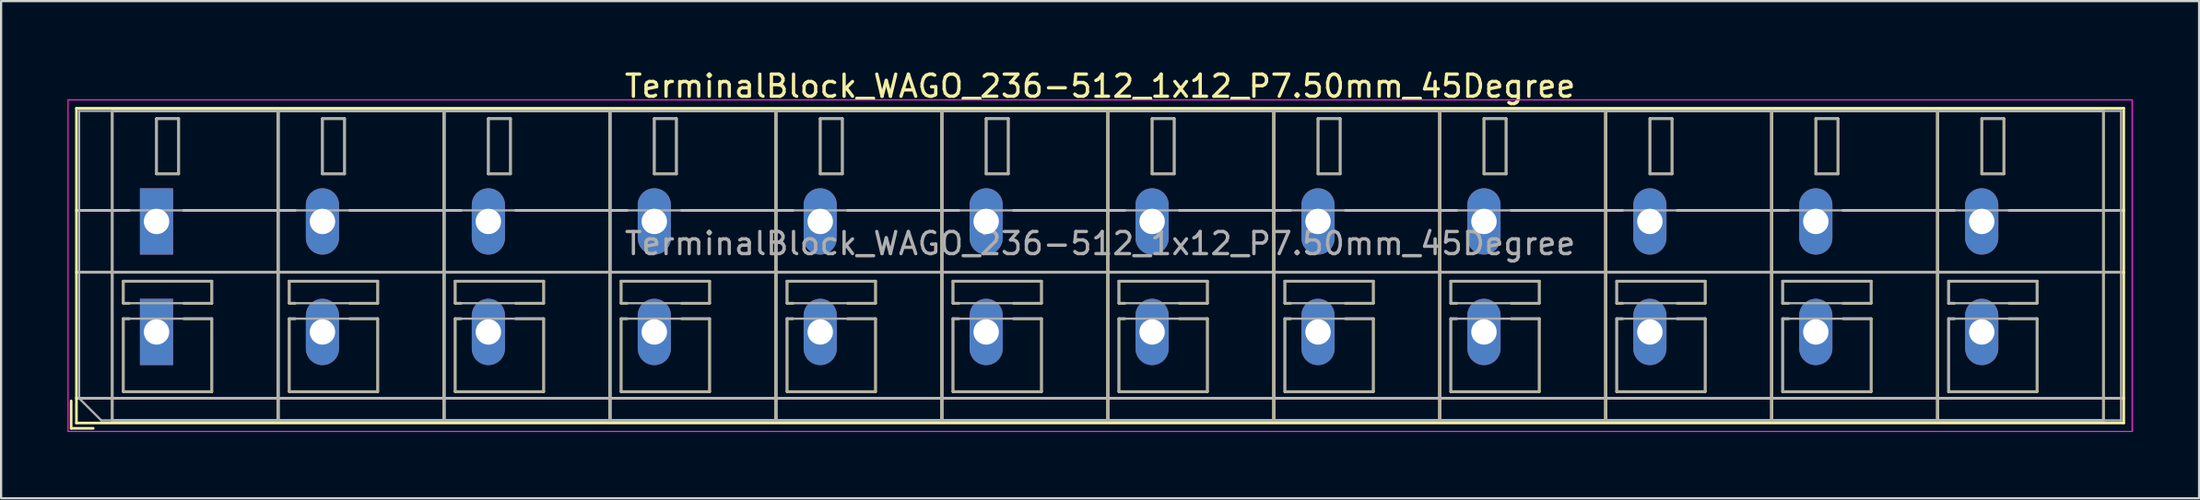
<source format=kicad_pcb>
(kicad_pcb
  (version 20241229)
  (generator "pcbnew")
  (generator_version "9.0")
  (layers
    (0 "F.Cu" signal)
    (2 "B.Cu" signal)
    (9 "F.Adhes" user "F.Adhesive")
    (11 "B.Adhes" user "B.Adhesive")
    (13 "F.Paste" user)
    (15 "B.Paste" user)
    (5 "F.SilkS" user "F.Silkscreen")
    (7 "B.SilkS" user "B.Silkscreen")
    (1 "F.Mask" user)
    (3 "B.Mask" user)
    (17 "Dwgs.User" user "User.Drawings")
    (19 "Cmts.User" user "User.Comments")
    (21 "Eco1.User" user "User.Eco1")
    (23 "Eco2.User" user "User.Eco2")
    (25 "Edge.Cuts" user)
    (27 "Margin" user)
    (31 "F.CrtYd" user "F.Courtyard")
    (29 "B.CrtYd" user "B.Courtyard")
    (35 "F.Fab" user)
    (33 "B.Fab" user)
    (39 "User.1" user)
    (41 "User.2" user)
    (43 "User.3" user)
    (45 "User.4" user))
  (footprint "TerminalBlock_WAGO_236-512_1x12_P7.50mm_45Degree"
    (layer "F.Cu")
    (at 4.025 6.968)
    (property "Reference" "TerminalBlock_WAGO_236-512_1x12_P7.50mm_45Degree" (at 42.65 -6.12 0) (layer "F.SilkS") (effects (font (size 1 1) (thickness 0.15))))
    (attr through_hole)
    (fp_line (start -3.86 8.12) (end -3.86 9.36) (stroke (width 0.12) (type solid)) (layer "F.SilkS"))
    (fp_line (start -3.86 9.36) (end -2.86 9.36) (stroke (width 0.12) (type solid)) (layer "F.SilkS"))
    (fp_line (start -3.62 -5.12) (end -3.62 9.12) (stroke (width 0.12) (type solid)) (layer "F.SilkS"))
    (fp_line (start -3.62 -5.12) (end 88.92 -5.12) (stroke (width 0.12) (type solid)) (layer "F.SilkS"))
    (fp_line (start -3.62 -0.5) (end -1.23 -0.5) (stroke (width 0.12) (type solid)) (layer "F.SilkS"))
    (fp_line (start -3.62 2.3) (end 88.92 2.3) (stroke (width 0.12) (type solid)) (layer "F.SilkS"))
    (fp_line (start -3.62 8) (end 88.92 8) (stroke (width 0.12) (type solid)) (layer "F.SilkS"))
    (fp_line (start -3.62 9.12) (end 88.92 9.12) (stroke (width 0.12) (type solid)) (layer "F.SilkS"))
    (fp_line (start -2 -5) (end -2 9) (stroke (width 0.12) (type solid)) (layer "F.SilkS"))
    (fp_line (start -2 -5) (end 5.5 -5) (stroke (width 0.12) (type solid)) (layer "F.SilkS"))
    (fp_line (start -2 9) (end 5.5 9) (stroke (width 0.12) (type solid)) (layer "F.SilkS"))
    (fp_line (start -1.5 2.7) (end -1.5 3.7) (stroke (width 0.12) (type solid)) (layer "F.SilkS"))
    (fp_line (start -1.5 2.7) (end 2.5 2.7) (stroke (width 0.12) (type solid)) (layer "F.SilkS"))
    (fp_line (start -1.5 3.7) (end -1.23 3.7) (stroke (width 0.12) (type solid)) (layer "F.SilkS"))
    (fp_line (start -1.5 4.4) (end -1.5 7.7) (stroke (width 0.12) (type solid)) (layer "F.SilkS"))
    (fp_line (start -1.5 4.4) (end -1.23 4.4) (stroke (width 0.12) (type solid)) (layer "F.SilkS"))
    (fp_line (start -1.5 7.7) (end 2.5 7.7) (stroke (width 0.12) (type solid)) (layer "F.SilkS"))
    (fp_line (start 0 -4.65) (end 0 -2.151) (stroke (width 0.12) (type solid)) (layer "F.SilkS"))
    (fp_line (start 0 -4.65) (end 1 -4.65) (stroke (width 0.12) (type solid)) (layer "F.SilkS"))
    (fp_line (start 0 -2.151) (end 1 -2.151) (stroke (width 0.12) (type solid)) (layer "F.SilkS"))
    (fp_line (start 1 -4.65) (end 1 -2.151) (stroke (width 0.12) (type solid)) (layer "F.SilkS"))
    (fp_line (start 1.23 -0.5) (end 6.27 -0.5) (stroke (width 0.12) (type solid)) (layer "F.SilkS"))
    (fp_line (start 1.23 3.7) (end 2.5 3.7) (stroke (width 0.12) (type solid)) (layer "F.SilkS"))
    (fp_line (start 1.23 4.4) (end 2.5 4.4) (stroke (width 0.12) (type solid)) (layer "F.SilkS"))
    (fp_line (start 2.5 2.7) (end 2.5 3.7) (stroke (width 0.12) (type solid)) (layer "F.SilkS"))
    (fp_line (start 2.5 4.4) (end 2.5 7.7) (stroke (width 0.12) (type solid)) (layer "F.SilkS"))
    (fp_line (start 5.5 -5) (end 5.5 9) (stroke (width 0.12) (type solid)) (layer "F.SilkS"))
    (fp_line (start 5.5 -5) (end 5.5 9) (stroke (width 0.12) (type solid)) (layer "F.SilkS"))
    (fp_line (start 5.5 -5) (end 13 -5) (stroke (width 0.12) (type solid)) (layer "F.SilkS"))
    (fp_line (start 5.5 9) (end 13 9) (stroke (width 0.12) (type solid)) (layer "F.SilkS"))
    (fp_line (start 6 2.7) (end 6 3.7) (stroke (width 0.12) (type solid)) (layer "F.SilkS"))
    (fp_line (start 6 2.7) (end 10 2.7) (stroke (width 0.12) (type solid)) (layer "F.SilkS"))
    (fp_line (start 6 3.7) (end 6.27 3.7) (stroke (width 0.12) (type solid)) (layer "F.SilkS"))
    (fp_line (start 6 4.4) (end 6 7.7) (stroke (width 0.12) (type solid)) (layer "F.SilkS"))
    (fp_line (start 6 4.4) (end 6.27 4.4) (stroke (width 0.12) (type solid)) (layer "F.SilkS"))
    (fp_line (start 6 7.7) (end 10 7.7) (stroke (width 0.12) (type solid)) (layer "F.SilkS"))
    (fp_line (start 7.5 -4.65) (end 7.5 -2.151) (stroke (width 0.12) (type solid)) (layer "F.SilkS"))
    (fp_line (start 7.5 -4.65) (end 8.5 -4.65) (stroke (width 0.12) (type solid)) (layer "F.SilkS"))
    (fp_line (start 7.5 -2.151) (end 8.5 -2.151) (stroke (width 0.12) (type solid)) (layer "F.SilkS"))
    (fp_line (start 8.5 -4.65) (end 8.5 -2.151) (stroke (width 0.12) (type solid)) (layer "F.SilkS"))
    (fp_line (start 8.73 -0.5) (end 13.77 -0.5) (stroke (width 0.12) (type solid)) (layer "F.SilkS"))
    (fp_line (start 8.73 3.7) (end 10 3.7) (stroke (width 0.12) (type solid)) (layer "F.SilkS"))
    (fp_line (start 8.73 4.4) (end 10 4.4) (stroke (width 0.12) (type solid)) (layer "F.SilkS"))
    (fp_line (start 10 2.7) (end 10 3.7) (stroke (width 0.12) (type solid)) (layer "F.SilkS"))
    (fp_line (start 10 4.4) (end 10 7.7) (stroke (width 0.12) (type solid)) (layer "F.SilkS"))
    (fp_line (start 13 -5) (end 13 9) (stroke (width 0.12) (type solid)) (layer "F.SilkS"))
    (fp_line (start 13 -5) (end 13 9) (stroke (width 0.12) (type solid)) (layer "F.SilkS"))
    (fp_line (start 13 -5) (end 20.5 -5) (stroke (width 0.12) (type solid)) (layer "F.SilkS"))
    (fp_line (start 13 9) (end 20.5 9) (stroke (width 0.12) (type solid)) (layer "F.SilkS"))
    (fp_line (start 13.5 2.7) (end 13.5 3.7) (stroke (width 0.12) (type solid)) (layer "F.SilkS"))
    (fp_line (start 13.5 2.7) (end 17.5 2.7) (stroke (width 0.12) (type solid)) (layer "F.SilkS"))
    (fp_line (start 13.5 3.7) (end 13.77 3.7) (stroke (width 0.12) (type solid)) (layer "F.SilkS"))
    (fp_line (start 13.5 4.4) (end 13.5 7.7) (stroke (width 0.12) (type solid)) (layer "F.SilkS"))
    (fp_line (start 13.5 4.4) (end 13.77 4.4) (stroke (width 0.12) (type solid)) (layer "F.SilkS"))
    (fp_line (start 13.5 7.7) (end 17.5 7.7) (stroke (width 0.12) (type solid)) (layer "F.SilkS"))
    (fp_line (start 15 -4.65) (end 15 -2.151) (stroke (width 0.12) (type solid)) (layer "F.SilkS"))
    (fp_line (start 15 -4.65) (end 16 -4.65) (stroke (width 0.12) (type solid)) (layer "F.SilkS"))
    (fp_line (start 15 -2.151) (end 16 -2.151) (stroke (width 0.12) (type solid)) (layer "F.SilkS"))
    (fp_line (start 16 -4.65) (end 16 -2.151) (stroke (width 0.12) (type solid)) (layer "F.SilkS"))
    (fp_line (start 16.23 -0.5) (end 21.27 -0.5) (stroke (width 0.12) (type solid)) (layer "F.SilkS"))
    (fp_line (start 16.23 3.7) (end 17.5 3.7) (stroke (width 0.12) (type solid)) (layer "F.SilkS"))
    (fp_line (start 16.23 4.4) (end 17.5 4.4) (stroke (width 0.12) (type solid)) (layer "F.SilkS"))
    (fp_line (start 17.5 2.7) (end 17.5 3.7) (stroke (width 0.12) (type solid)) (layer "F.SilkS"))
    (fp_line (start 17.5 4.4) (end 17.5 7.7) (stroke (width 0.12) (type solid)) (layer "F.SilkS"))
    (fp_line (start 20.5 -5) (end 20.5 9) (stroke (width 0.12) (type solid)) (layer "F.SilkS"))
    (fp_line (start 20.5 -5) (end 20.5 9) (stroke (width 0.12) (type solid)) (layer "F.SilkS"))
    (fp_line (start 20.5 -5) (end 28 -5) (stroke (width 0.12) (type solid)) (layer "F.SilkS"))
    (fp_line (start 20.5 9) (end 28 9) (stroke (width 0.12) (type solid)) (layer "F.SilkS"))
    (fp_line (start 21 2.7) (end 21 3.7) (stroke (width 0.12) (type solid)) (layer "F.SilkS"))
    (fp_line (start 21 2.7) (end 25 2.7) (stroke (width 0.12) (type solid)) (layer "F.SilkS"))
    (fp_line (start 21 3.7) (end 21.27 3.7) (stroke (width 0.12) (type solid)) (layer "F.SilkS"))
    (fp_line (start 21 4.4) (end 21 7.7) (stroke (width 0.12) (type solid)) (layer "F.SilkS"))
    (fp_line (start 21 4.4) (end 21.27 4.4) (stroke (width 0.12) (type solid)) (layer "F.SilkS"))
    (fp_line (start 21 7.7) (end 25 7.7) (stroke (width 0.12) (type solid)) (layer "F.SilkS"))
    (fp_line (start 22.5 -4.65) (end 22.5 -2.151) (stroke (width 0.12) (type solid)) (layer "F.SilkS"))
    (fp_line (start 22.5 -4.65) (end 23.5 -4.65) (stroke (width 0.12) (type solid)) (layer "F.SilkS"))
    (fp_line (start 22.5 -2.151) (end 23.5 -2.151) (stroke (width 0.12) (type solid)) (layer "F.SilkS"))
    (fp_line (start 23.5 -4.65) (end 23.5 -2.151) (stroke (width 0.12) (type solid)) (layer "F.SilkS"))
    (fp_line (start 23.73 -0.5) (end 28.77 -0.5) (stroke (width 0.12) (type solid)) (layer "F.SilkS"))
    (fp_line (start 23.73 3.7) (end 25 3.7) (stroke (width 0.12) (type solid)) (layer "F.SilkS"))
    (fp_line (start 23.73 4.4) (end 25 4.4) (stroke (width 0.12) (type solid)) (layer "F.SilkS"))
    (fp_line (start 25 2.7) (end 25 3.7) (stroke (width 0.12) (type solid)) (layer "F.SilkS"))
    (fp_line (start 25 4.4) (end 25 7.7) (stroke (width 0.12) (type solid)) (layer "F.SilkS"))
    (fp_line (start 28 -5) (end 28 9) (stroke (width 0.12) (type solid)) (layer "F.SilkS"))
    (fp_line (start 28 -5) (end 28 9) (stroke (width 0.12) (type solid)) (layer "F.SilkS"))
    (fp_line (start 28 -5) (end 35.5 -5) (stroke (width 0.12) (type solid)) (layer "F.SilkS"))
    (fp_line (start 28 9) (end 35.5 9) (stroke (width 0.12) (type solid)) (layer "F.SilkS"))
    (fp_line (start 28.5 2.7) (end 28.5 3.7) (stroke (width 0.12) (type solid)) (layer "F.SilkS"))
    (fp_line (start 28.5 2.7) (end 32.5 2.7) (stroke (width 0.12) (type solid)) (layer "F.SilkS"))
    (fp_line (start 28.5 3.7) (end 28.77 3.7) (stroke (width 0.12) (type solid)) (layer "F.SilkS"))
    (fp_line (start 28.5 4.4) (end 28.5 7.7) (stroke (width 0.12) (type solid)) (layer "F.SilkS"))
    (fp_line (start 28.5 4.4) (end 28.77 4.4) (stroke (width 0.12) (type solid)) (layer "F.SilkS"))
    (fp_line (start 28.5 7.7) (end 32.5 7.7) (stroke (width 0.12) (type solid)) (layer "F.SilkS"))
    (fp_line (start 30 -4.65) (end 30 -2.151) (stroke (width 0.12) (type solid)) (layer "F.SilkS"))
    (fp_line (start 30 -4.65) (end 31 -4.65) (stroke (width 0.12) (type solid)) (layer "F.SilkS"))
    (fp_line (start 30 -2.151) (end 31 -2.151) (stroke (width 0.12) (type solid)) (layer "F.SilkS"))
    (fp_line (start 31 -4.65) (end 31 -2.151) (stroke (width 0.12) (type solid)) (layer "F.SilkS"))
    (fp_line (start 31.23 -0.5) (end 36.27 -0.5) (stroke (width 0.12) (type solid)) (layer "F.SilkS"))
    (fp_line (start 31.23 3.7) (end 32.5 3.7) (stroke (width 0.12) (type solid)) (layer "F.SilkS"))
    (fp_line (start 31.23 4.4) (end 32.5 4.4) (stroke (width 0.12) (type solid)) (layer "F.SilkS"))
    (fp_line (start 32.5 2.7) (end 32.5 3.7) (stroke (width 0.12) (type solid)) (layer "F.SilkS"))
    (fp_line (start 32.5 4.4) (end 32.5 7.7) (stroke (width 0.12) (type solid)) (layer "F.SilkS"))
    (fp_line (start 35.5 -5) (end 35.5 9) (stroke (width 0.12) (type solid)) (layer "F.SilkS"))
    (fp_line (start 35.5 -5) (end 35.5 9) (stroke (width 0.12) (type solid)) (layer "F.SilkS"))
    (fp_line (start 35.5 -5) (end 43 -5) (stroke (width 0.12) (type solid)) (layer "F.SilkS"))
    (fp_line (start 35.5 9) (end 43 9) (stroke (width 0.12) (type solid)) (layer "F.SilkS"))
    (fp_line (start 36 2.7) (end 36 3.7) (stroke (width 0.12) (type solid)) (layer "F.SilkS"))
    (fp_line (start 36 2.7) (end 40 2.7) (stroke (width 0.12) (type solid)) (layer "F.SilkS"))
    (fp_line (start 36 3.7) (end 36.27 3.7) (stroke (width 0.12) (type solid)) (layer "F.SilkS"))
    (fp_line (start 36 4.4) (end 36 7.7) (stroke (width 0.12) (type solid)) (layer "F.SilkS"))
    (fp_line (start 36 4.4) (end 36.27 4.4) (stroke (width 0.12) (type solid)) (layer "F.SilkS"))
    (fp_line (start 36 7.7) (end 40 7.7) (stroke (width 0.12) (type solid)) (layer "F.SilkS"))
    (fp_line (start 37.5 -4.65) (end 37.5 -2.151) (stroke (width 0.12) (type solid)) (layer "F.SilkS"))
    (fp_line (start 37.5 -4.65) (end 38.5 -4.65) (stroke (width 0.12) (type solid)) (layer "F.SilkS"))
    (fp_line (start 37.5 -2.151) (end 38.5 -2.151) (stroke (width 0.12) (type solid)) (layer "F.SilkS"))
    (fp_line (start 38.5 -4.65) (end 38.5 -2.151) (stroke (width 0.12) (type solid)) (layer "F.SilkS"))
    (fp_line (start 38.73 -0.5) (end 43.77 -0.5) (stroke (width 0.12) (type solid)) (layer "F.SilkS"))
    (fp_line (start 38.73 3.7) (end 40 3.7) (stroke (width 0.12) (type solid)) (layer "F.SilkS"))
    (fp_line (start 38.73 4.4) (end 40 4.4) (stroke (width 0.12) (type solid)) (layer "F.SilkS"))
    (fp_line (start 40 2.7) (end 40 3.7) (stroke (width 0.12) (type solid)) (layer "F.SilkS"))
    (fp_line (start 40 4.4) (end 40 7.7) (stroke (width 0.12) (type solid)) (layer "F.SilkS"))
    (fp_line (start 43 -5) (end 43 9) (stroke (width 0.12) (type solid)) (layer "F.SilkS"))
    (fp_line (start 43 -5) (end 43 9) (stroke (width 0.12) (type solid)) (layer "F.SilkS"))
    (fp_line (start 43 -5) (end 50.5 -5) (stroke (width 0.12) (type solid)) (layer "F.SilkS"))
    (fp_line (start 43 9) (end 50.5 9) (stroke (width 0.12) (type solid)) (layer "F.SilkS"))
    (fp_line (start 43.5 2.7) (end 43.5 3.7) (stroke (width 0.12) (type solid)) (layer "F.SilkS"))
    (fp_line (start 43.5 2.7) (end 47.5 2.7) (stroke (width 0.12) (type solid)) (layer "F.SilkS"))
    (fp_line (start 43.5 3.7) (end 43.77 3.7) (stroke (width 0.12) (type solid)) (layer "F.SilkS"))
    (fp_line (start 43.5 4.4) (end 43.5 7.7) (stroke (width 0.12) (type solid)) (layer "F.SilkS"))
    (fp_line (start 43.5 4.4) (end 43.77 4.4) (stroke (width 0.12) (type solid)) (layer "F.SilkS"))
    (fp_line (start 43.5 7.7) (end 47.5 7.7) (stroke (width 0.12) (type solid)) (layer "F.SilkS"))
    (fp_line (start 45 -4.65) (end 45 -2.151) (stroke (width 0.12) (type solid)) (layer "F.SilkS"))
    (fp_line (start 45 -4.65) (end 46 -4.65) (stroke (width 0.12) (type solid)) (layer "F.SilkS"))
    (fp_line (start 45 -2.151) (end 46 -2.151) (stroke (width 0.12) (type solid)) (layer "F.SilkS"))
    (fp_line (start 46 -4.65) (end 46 -2.151) (stroke (width 0.12) (type solid)) (layer "F.SilkS"))
    (fp_line (start 46.23 -0.5) (end 51.27 -0.5) (stroke (width 0.12) (type solid)) (layer "F.SilkS"))
    (fp_line (start 46.23 3.7) (end 47.5 3.7) (stroke (width 0.12) (type solid)) (layer "F.SilkS"))
    (fp_line (start 46.23 4.4) (end 47.5 4.4) (stroke (width 0.12) (type solid)) (layer "F.SilkS"))
    (fp_line (start 47.5 2.7) (end 47.5 3.7) (stroke (width 0.12) (type solid)) (layer "F.SilkS"))
    (fp_line (start 47.5 4.4) (end 47.5 7.7) (stroke (width 0.12) (type solid)) (layer "F.SilkS"))
    (fp_line (start 50.5 -5) (end 50.5 9) (stroke (width 0.12) (type solid)) (layer "F.SilkS"))
    (fp_line (start 50.5 -5) (end 50.5 9) (stroke (width 0.12) (type solid)) (layer "F.SilkS"))
    (fp_line (start 50.5 -5) (end 58 -5) (stroke (width 0.12) (type solid)) (layer "F.SilkS"))
    (fp_line (start 50.5 9) (end 58 9) (stroke (width 0.12) (type solid)) (layer "F.SilkS"))
    (fp_line (start 51 2.7) (end 51 3.7) (stroke (width 0.12) (type solid)) (layer "F.SilkS"))
    (fp_line (start 51 2.7) (end 55 2.7) (stroke (width 0.12) (type solid)) (layer "F.SilkS"))
    (fp_line (start 51 3.7) (end 51.27 3.7) (stroke (width 0.12) (type solid)) (layer "F.SilkS"))
    (fp_line (start 51 4.4) (end 51 7.7) (stroke (width 0.12) (type solid)) (layer "F.SilkS"))
    (fp_line (start 51 4.4) (end 51.27 4.4) (stroke (width 0.12) (type solid)) (layer "F.SilkS"))
    (fp_line (start 51 7.7) (end 55 7.7) (stroke (width 0.12) (type solid)) (layer "F.SilkS"))
    (fp_line (start 52.5 -4.65) (end 52.5 -2.151) (stroke (width 0.12) (type solid)) (layer "F.SilkS"))
    (fp_line (start 52.5 -4.65) (end 53.5 -4.65) (stroke (width 0.12) (type solid)) (layer "F.SilkS"))
    (fp_line (start 52.5 -2.151) (end 53.5 -2.151) (stroke (width 0.12) (type solid)) (layer "F.SilkS"))
    (fp_line (start 53.5 -4.65) (end 53.5 -2.151) (stroke (width 0.12) (type solid)) (layer "F.SilkS"))
    (fp_line (start 53.73 -0.5) (end 58.77 -0.5) (stroke (width 0.12) (type solid)) (layer "F.SilkS"))
    (fp_line (start 53.73 3.7) (end 55 3.7) (stroke (width 0.12) (type solid)) (layer "F.SilkS"))
    (fp_line (start 53.73 4.4) (end 55 4.4) (stroke (width 0.12) (type solid)) (layer "F.SilkS"))
    (fp_line (start 55 2.7) (end 55 3.7) (stroke (width 0.12) (type solid)) (layer "F.SilkS"))
    (fp_line (start 55 4.4) (end 55 7.7) (stroke (width 0.12) (type solid)) (layer "F.SilkS"))
    (fp_line (start 58 -5) (end 58 9) (stroke (width 0.12) (type solid)) (layer "F.SilkS"))
    (fp_line (start 58 -5) (end 58 9) (stroke (width 0.12) (type solid)) (layer "F.SilkS"))
    (fp_line (start 58 -5) (end 65.5 -5) (stroke (width 0.12) (type solid)) (layer "F.SilkS"))
    (fp_line (start 58 9) (end 65.5 9) (stroke (width 0.12) (type solid)) (layer "F.SilkS"))
    (fp_line (start 58.5 2.7) (end 58.5 3.7) (stroke (width 0.12) (type solid)) (layer "F.SilkS"))
    (fp_line (start 58.5 2.7) (end 62.5 2.7) (stroke (width 0.12) (type solid)) (layer "F.SilkS"))
    (fp_line (start 58.5 3.7) (end 58.77 3.7) (stroke (width 0.12) (type solid)) (layer "F.SilkS"))
    (fp_line (start 58.5 4.4) (end 58.5 7.7) (stroke (width 0.12) (type solid)) (layer "F.SilkS"))
    (fp_line (start 58.5 4.4) (end 58.77 4.4) (stroke (width 0.12) (type solid)) (layer "F.SilkS"))
    (fp_line (start 58.5 7.7) (end 62.5 7.7) (stroke (width 0.12) (type solid)) (layer "F.SilkS"))
    (fp_line (start 60 -4.65) (end 60 -2.151) (stroke (width 0.12) (type solid)) (layer "F.SilkS"))
    (fp_line (start 60 -4.65) (end 61 -4.65) (stroke (width 0.12) (type solid)) (layer "F.SilkS"))
    (fp_line (start 60 -2.151) (end 61 -2.151) (stroke (width 0.12) (type solid)) (layer "F.SilkS"))
    (fp_line (start 61 -4.65) (end 61 -2.151) (stroke (width 0.12) (type solid)) (layer "F.SilkS"))
    (fp_line (start 61.23 -0.5) (end 66.27 -0.5) (stroke (width 0.12) (type solid)) (layer "F.SilkS"))
    (fp_line (start 61.23 3.7) (end 62.5 3.7) (stroke (width 0.12) (type solid)) (layer "F.SilkS"))
    (fp_line (start 61.23 4.4) (end 62.5 4.4) (stroke (width 0.12) (type solid)) (layer "F.SilkS"))
    (fp_line (start 62.5 2.7) (end 62.5 3.7) (stroke (width 0.12) (type solid)) (layer "F.SilkS"))
    (fp_line (start 62.5 4.4) (end 62.5 7.7) (stroke (width 0.12) (type solid)) (layer "F.SilkS"))
    (fp_line (start 65.5 -5) (end 65.5 9) (stroke (width 0.12) (type solid)) (layer "F.SilkS"))
    (fp_line (start 65.5 -5) (end 65.5 9) (stroke (width 0.12) (type solid)) (layer "F.SilkS"))
    (fp_line (start 65.5 -5) (end 73 -5) (stroke (width 0.12) (type solid)) (layer "F.SilkS"))
    (fp_line (start 65.5 9) (end 73 9) (stroke (width 0.12) (type solid)) (layer "F.SilkS"))
    (fp_line (start 66 2.7) (end 66 3.7) (stroke (width 0.12) (type solid)) (layer "F.SilkS"))
    (fp_line (start 66 2.7) (end 70 2.7) (stroke (width 0.12) (type solid)) (layer "F.SilkS"))
    (fp_line (start 66 3.7) (end 66.27 3.7) (stroke (width 0.12) (type solid)) (layer "F.SilkS"))
    (fp_line (start 66 4.4) (end 66 7.7) (stroke (width 0.12) (type solid)) (layer "F.SilkS"))
    (fp_line (start 66 4.4) (end 66.27 4.4) (stroke (width 0.12) (type solid)) (layer "F.SilkS"))
    (fp_line (start 66 7.7) (end 70 7.7) (stroke (width 0.12) (type solid)) (layer "F.SilkS"))
    (fp_line (start 67.5 -4.65) (end 67.5 -2.151) (stroke (width 0.12) (type solid)) (layer "F.SilkS"))
    (fp_line (start 67.5 -4.65) (end 68.5 -4.65) (stroke (width 0.12) (type solid)) (layer "F.SilkS"))
    (fp_line (start 67.5 -2.151) (end 68.5 -2.151) (stroke (width 0.12) (type solid)) (layer "F.SilkS"))
    (fp_line (start 68.5 -4.65) (end 68.5 -2.151) (stroke (width 0.12) (type solid)) (layer "F.SilkS"))
    (fp_line (start 68.73 -0.5) (end 73.77 -0.5) (stroke (width 0.12) (type solid)) (layer "F.SilkS"))
    (fp_line (start 68.73 3.7) (end 70 3.7) (stroke (width 0.12) (type solid)) (layer "F.SilkS"))
    (fp_line (start 68.73 4.4) (end 70 4.4) (stroke (width 0.12) (type solid)) (layer "F.SilkS"))
    (fp_line (start 70 2.7) (end 70 3.7) (stroke (width 0.12) (type solid)) (layer "F.SilkS"))
    (fp_line (start 70 4.4) (end 70 7.7) (stroke (width 0.12) (type solid)) (layer "F.SilkS"))
    (fp_line (start 73 -5) (end 73 9) (stroke (width 0.12) (type solid)) (layer "F.SilkS"))
    (fp_line (start 73 -5) (end 73 9) (stroke (width 0.12) (type solid)) (layer "F.SilkS"))
    (fp_line (start 73 -5) (end 80.5 -5) (stroke (width 0.12) (type solid)) (layer "F.SilkS"))
    (fp_line (start 73 9) (end 80.5 9) (stroke (width 0.12) (type solid)) (layer "F.SilkS"))
    (fp_line (start 73.5 2.7) (end 73.5 3.7) (stroke (width 0.12) (type solid)) (layer "F.SilkS"))
    (fp_line (start 73.5 2.7) (end 77.5 2.7) (stroke (width 0.12) (type solid)) (layer "F.SilkS"))
    (fp_line (start 73.5 3.7) (end 73.77 3.7) (stroke (width 0.12) (type solid)) (layer "F.SilkS"))
    (fp_line (start 73.5 4.4) (end 73.5 7.7) (stroke (width 0.12) (type solid)) (layer "F.SilkS"))
    (fp_line (start 73.5 4.4) (end 73.77 4.4) (stroke (width 0.12) (type solid)) (layer "F.SilkS"))
    (fp_line (start 73.5 7.7) (end 77.5 7.7) (stroke (width 0.12) (type solid)) (layer "F.SilkS"))
    (fp_line (start 75 -4.65) (end 75 -2.151) (stroke (width 0.12) (type solid)) (layer "F.SilkS"))
    (fp_line (start 75 -4.65) (end 76 -4.65) (stroke (width 0.12) (type solid)) (layer "F.SilkS"))
    (fp_line (start 75 -2.151) (end 76 -2.151) (stroke (width 0.12) (type solid)) (layer "F.SilkS"))
    (fp_line (start 76 -4.65) (end 76 -2.151) (stroke (width 0.12) (type solid)) (layer "F.SilkS"))
    (fp_line (start 76.23 -0.5) (end 81.27 -0.5) (stroke (width 0.12) (type solid)) (layer "F.SilkS"))
    (fp_line (start 76.23 3.7) (end 77.5 3.7) (stroke (width 0.12) (type solid)) (layer "F.SilkS"))
    (fp_line (start 76.23 4.4) (end 77.5 4.4) (stroke (width 0.12) (type solid)) (layer "F.SilkS"))
    (fp_line (start 77.5 2.7) (end 77.5 3.7) (stroke (width 0.12) (type solid)) (layer "F.SilkS"))
    (fp_line (start 77.5 4.4) (end 77.5 7.7) (stroke (width 0.12) (type solid)) (layer "F.SilkS"))
    (fp_line (start 80.5 -5) (end 80.5 9) (stroke (width 0.12) (type solid)) (layer "F.SilkS"))
    (fp_line (start 80.5 -5) (end 80.5 9) (stroke (width 0.12) (type solid)) (layer "F.SilkS"))
    (fp_line (start 80.5 -5) (end 88 -5) (stroke (width 0.12) (type solid)) (layer "F.SilkS"))
    (fp_line (start 80.5 9) (end 88 9) (stroke (width 0.12) (type solid)) (layer "F.SilkS"))
    (fp_line (start 81 2.7) (end 81 3.7) (stroke (width 0.12) (type solid)) (layer "F.SilkS"))
    (fp_line (start 81 2.7) (end 85 2.7) (stroke (width 0.12) (type solid)) (layer "F.SilkS"))
    (fp_line (start 81 3.7) (end 81.27 3.7) (stroke (width 0.12) (type solid)) (layer "F.SilkS"))
    (fp_line (start 81 4.4) (end 81 7.7) (stroke (width 0.12) (type solid)) (layer "F.SilkS"))
    (fp_line (start 81 4.4) (end 81.27 4.4) (stroke (width 0.12) (type solid)) (layer "F.SilkS"))
    (fp_line (start 81 7.7) (end 85 7.7) (stroke (width 0.12) (type solid)) (layer "F.SilkS"))
    (fp_line (start 82.5 -4.65) (end 82.5 -2.151) (stroke (width 0.12) (type solid)) (layer "F.SilkS"))
    (fp_line (start 82.5 -4.65) (end 83.5 -4.65) (stroke (width 0.12) (type solid)) (layer "F.SilkS"))
    (fp_line (start 82.5 -2.151) (end 83.5 -2.151) (stroke (width 0.12) (type solid)) (layer "F.SilkS"))
    (fp_line (start 83.5 -4.65) (end 83.5 -2.151) (stroke (width 0.12) (type solid)) (layer "F.SilkS"))
    (fp_line (start 83.73 -0.5) (end 88.92 -0.5) (stroke (width 0.12) (type solid)) (layer "F.SilkS"))
    (fp_line (start 83.73 3.7) (end 85 3.7) (stroke (width 0.12) (type solid)) (layer "F.SilkS"))
    (fp_line (start 83.73 4.4) (end 85 4.4) (stroke (width 0.12) (type solid)) (layer "F.SilkS"))
    (fp_line (start 85 2.7) (end 85 3.7) (stroke (width 0.12) (type solid)) (layer "F.SilkS"))
    (fp_line (start 85 4.4) (end 85 7.7) (stroke (width 0.12) (type solid)) (layer "F.SilkS"))
    (fp_line (start 88 -5) (end 88 9) (stroke (width 0.12) (type solid)) (layer "F.SilkS"))
    (fp_line (start 88.92 -5.12) (end 88.92 9.12) (stroke (width 0.12) (type solid)) (layer "F.SilkS"))
    (fp_line (start -4 -5.5) (end -4 9.5) (stroke (width 0.05) (type solid)) (layer "F.CrtYd"))
    (fp_line (start -4 9.5) (end 89.3 9.5) (stroke (width 0.05) (type solid)) (layer "F.CrtYd"))
    (fp_line (start 89.3 -5.5) (end -4 -5.5) (stroke (width 0.05) (type solid)) (layer "F.CrtYd"))
    (fp_line (start 89.3 9.5) (end 89.3 -5.5) (stroke (width 0.05) (type solid)) (layer "F.CrtYd"))
    (fp_line (start -3.5 -5) (end 88.8 -5) (stroke (width 0.1) (type solid)) (layer "F.Fab"))
    (fp_line (start -3.5 -0.5) (end 88.8 -0.5) (stroke (width 0.1) (type solid)) (layer "F.Fab"))
    (fp_line (start -3.5 2.3) (end 88.8 2.3) (stroke (width 0.1) (type solid)) (layer "F.Fab"))
    (fp_line (start -3.5 8) (end -3.5 -5) (stroke (width 0.1) (type solid)) (layer "F.Fab"))
    (fp_line (start -3.5 8) (end 88.8 8) (stroke (width 0.1) (type solid)) (layer "F.Fab"))
    (fp_line (start -2.5 9) (end -3.5 8) (stroke (width 0.1) (type solid)) (layer "F.Fab"))
    (fp_line (start -2 -5) (end -2 9) (stroke (width 0.1) (type solid)) (layer "F.Fab"))
    (fp_line (start -2 9) (end 5.5 9) (stroke (width 0.1) (type solid)) (layer "F.Fab"))
    (fp_line (start -1.5 2.7) (end -1.5 3.7) (stroke (width 0.1) (type solid)) (layer "F.Fab"))
    (fp_line (start -1.5 3.7) (end 2.5 3.7) (stroke (width 0.1) (type solid)) (layer "F.Fab"))
    (fp_line (start -1.5 4.4) (end -1.5 7.7) (stroke (width 0.1) (type solid)) (layer "F.Fab"))
    (fp_line (start -1.5 7.7) (end 2.5 7.7) (stroke (width 0.1) (type solid)) (layer "F.Fab"))
    (fp_line (start 0 -4.65) (end 0 -2.15) (stroke (width 0.1) (type solid)) (layer "F.Fab"))
    (fp_line (start 0 -2.15) (end 1 -2.15) (stroke (width 0.1) (type solid)) (layer "F.Fab"))
    (fp_line (start 1 -4.65) (end 0 -4.65) (stroke (width 0.1) (type solid)) (layer "F.Fab"))
    (fp_line (start 1 -2.15) (end 1 -4.65) (stroke (width 0.1) (type solid)) (layer "F.Fab"))
    (fp_line (start 2.5 2.7) (end -1.5 2.7) (stroke (width 0.1) (type solid)) (layer "F.Fab"))
    (fp_line (start 2.5 3.7) (end 2.5 2.7) (stroke (width 0.1) (type solid)) (layer "F.Fab"))
    (fp_line (start 2.5 4.4) (end -1.5 4.4) (stroke (width 0.1) (type solid)) (layer "F.Fab"))
    (fp_line (start 2.5 7.7) (end 2.5 4.4) (stroke (width 0.1) (type solid)) (layer "F.Fab"))
    (fp_line (start 5.5 -5) (end -2 -5) (stroke (width 0.1) (type solid)) (layer "F.Fab"))
    (fp_line (start 5.5 -5) (end 5.5 9) (stroke (width 0.1) (type solid)) (layer "F.Fab"))
    (fp_line (start 5.5 9) (end 5.5 -5) (stroke (width 0.1) (type solid)) (layer "F.Fab"))
    (fp_line (start 5.5 9) (end 13 9) (stroke (width 0.1) (type solid)) (layer "F.Fab"))
    (fp_line (start 6 2.7) (end 6 3.7) (stroke (width 0.1) (type solid)) (layer "F.Fab"))
    (fp_line (start 6 3.7) (end 10 3.7) (stroke (width 0.1) (type solid)) (layer "F.Fab"))
    (fp_line (start 6 4.4) (end 6 7.7) (stroke (width 0.1) (type solid)) (layer "F.Fab"))
    (fp_line (start 6 7.7) (end 10 7.7) (stroke (width 0.1) (type solid)) (layer "F.Fab"))
    (fp_line (start 7.5 -4.65) (end 7.5 -2.15) (stroke (width 0.1) (type solid)) (layer "F.Fab"))
    (fp_line (start 7.5 -2.15) (end 8.5 -2.15) (stroke (width 0.1) (type solid)) (layer "F.Fab"))
    (fp_line (start 8.5 -4.65) (end 7.5 -4.65) (stroke (width 0.1) (type solid)) (layer "F.Fab"))
    (fp_line (start 8.5 -2.15) (end 8.5 -4.65) (stroke (width 0.1) (type solid)) (layer "F.Fab"))
    (fp_line (start 10 2.7) (end 6 2.7) (stroke (width 0.1) (type solid)) (layer "F.Fab"))
    (fp_line (start 10 3.7) (end 10 2.7) (stroke (width 0.1) (type solid)) (layer "F.Fab"))
    (fp_line (start 10 4.4) (end 6 4.4) (stroke (width 0.1) (type solid)) (layer "F.Fab"))
    (fp_line (start 10 7.7) (end 10 4.4) (stroke (width 0.1) (type solid)) (layer "F.Fab"))
    (fp_line (start 13 -5) (end 5.5 -5) (stroke (width 0.1) (type solid)) (layer "F.Fab"))
    (fp_line (start 13 -5) (end 13 9) (stroke (width 0.1) (type solid)) (layer "F.Fab"))
    (fp_line (start 13 9) (end 13 -5) (stroke (width 0.1) (type solid)) (layer "F.Fab"))
    (fp_line (start 13 9) (end 20.5 9) (stroke (width 0.1) (type solid)) (layer "F.Fab"))
    (fp_line (start 13.5 2.7) (end 13.5 3.7) (stroke (width 0.1) (type solid)) (layer "F.Fab"))
    (fp_line (start 13.5 3.7) (end 17.5 3.7) (stroke (width 0.1) (type solid)) (layer "F.Fab"))
    (fp_line (start 13.5 4.4) (end 13.5 7.7) (stroke (width 0.1) (type solid)) (layer "F.Fab"))
    (fp_line (start 13.5 7.7) (end 17.5 7.7) (stroke (width 0.1) (type solid)) (layer "F.Fab"))
    (fp_line (start 15 -4.65) (end 15 -2.15) (stroke (width 0.1) (type solid)) (layer "F.Fab"))
    (fp_line (start 15 -2.15) (end 16 -2.15) (stroke (width 0.1) (type solid)) (layer "F.Fab"))
    (fp_line (start 16 -4.65) (end 15 -4.65) (stroke (width 0.1) (type solid)) (layer "F.Fab"))
    (fp_line (start 16 -2.15) (end 16 -4.65) (stroke (width 0.1) (type solid)) (layer "F.Fab"))
    (fp_line (start 17.5 2.7) (end 13.5 2.7) (stroke (width 0.1) (type solid)) (layer "F.Fab"))
    (fp_line (start 17.5 3.7) (end 17.5 2.7) (stroke (width 0.1) (type solid)) (layer "F.Fab"))
    (fp_line (start 17.5 4.4) (end 13.5 4.4) (stroke (width 0.1) (type solid)) (layer "F.Fab"))
    (fp_line (start 17.5 7.7) (end 17.5 4.4) (stroke (width 0.1) (type solid)) (layer "F.Fab"))
    (fp_line (start 20.5 -5) (end 13 -5) (stroke (width 0.1) (type solid)) (layer "F.Fab"))
    (fp_line (start 20.5 -5) (end 20.5 9) (stroke (width 0.1) (type solid)) (layer "F.Fab"))
    (fp_line (start 20.5 9) (end 20.5 -5) (stroke (width 0.1) (type solid)) (layer "F.Fab"))
    (fp_line (start 20.5 9) (end 28 9) (stroke (width 0.1) (type solid)) (layer "F.Fab"))
    (fp_line (start 21 2.7) (end 21 3.7) (stroke (width 0.1) (type solid)) (layer "F.Fab"))
    (fp_line (start 21 3.7) (end 25 3.7) (stroke (width 0.1) (type solid)) (layer "F.Fab"))
    (fp_line (start 21 4.4) (end 21 7.7) (stroke (width 0.1) (type solid)) (layer "F.Fab"))
    (fp_line (start 21 7.7) (end 25 7.7) (stroke (width 0.1) (type solid)) (layer "F.Fab"))
    (fp_line (start 22.5 -4.65) (end 22.5 -2.15) (stroke (width 0.1) (type solid)) (layer "F.Fab"))
    (fp_line (start 22.5 -2.15) (end 23.5 -2.15) (stroke (width 0.1) (type solid)) (layer "F.Fab"))
    (fp_line (start 23.5 -4.65) (end 22.5 -4.65) (stroke (width 0.1) (type solid)) (layer "F.Fab"))
    (fp_line (start 23.5 -2.15) (end 23.5 -4.65) (stroke (width 0.1) (type solid)) (layer "F.Fab"))
    (fp_line (start 25 2.7) (end 21 2.7) (stroke (width 0.1) (type solid)) (layer "F.Fab"))
    (fp_line (start 25 3.7) (end 25 2.7) (stroke (width 0.1) (type solid)) (layer "F.Fab"))
    (fp_line (start 25 4.4) (end 21 4.4) (stroke (width 0.1) (type solid)) (layer "F.Fab"))
    (fp_line (start 25 7.7) (end 25 4.4) (stroke (width 0.1) (type solid)) (layer "F.Fab"))
    (fp_line (start 28 -5) (end 20.5 -5) (stroke (width 0.1) (type solid)) (layer "F.Fab"))
    (fp_line (start 28 -5) (end 28 9) (stroke (width 0.1) (type solid)) (layer "F.Fab"))
    (fp_line (start 28 9) (end 28 -5) (stroke (width 0.1) (type solid)) (layer "F.Fab"))
    (fp_line (start 28 9) (end 35.5 9) (stroke (width 0.1) (type solid)) (layer "F.Fab"))
    (fp_line (start 28.5 2.7) (end 28.5 3.7) (stroke (width 0.1) (type solid)) (layer "F.Fab"))
    (fp_line (start 28.5 3.7) (end 32.5 3.7) (stroke (width 0.1) (type solid)) (layer "F.Fab"))
    (fp_line (start 28.5 4.4) (end 28.5 7.7) (stroke (width 0.1) (type solid)) (layer "F.Fab"))
    (fp_line (start 28.5 7.7) (end 32.5 7.7) (stroke (width 0.1) (type solid)) (layer "F.Fab"))
    (fp_line (start 30 -4.65) (end 30 -2.15) (stroke (width 0.1) (type solid)) (layer "F.Fab"))
    (fp_line (start 30 -2.15) (end 31 -2.15) (stroke (width 0.1) (type solid)) (layer "F.Fab"))
    (fp_line (start 31 -4.65) (end 30 -4.65) (stroke (width 0.1) (type solid)) (layer "F.Fab"))
    (fp_line (start 31 -2.15) (end 31 -4.65) (stroke (width 0.1) (type solid)) (layer "F.Fab"))
    (fp_line (start 32.5 2.7) (end 28.5 2.7) (stroke (width 0.1) (type solid)) (layer "F.Fab"))
    (fp_line (start 32.5 3.7) (end 32.5 2.7) (stroke (width 0.1) (type solid)) (layer "F.Fab"))
    (fp_line (start 32.5 4.4) (end 28.5 4.4) (stroke (width 0.1) (type solid)) (layer "F.Fab"))
    (fp_line (start 32.5 7.7) (end 32.5 4.4) (stroke (width 0.1) (type solid)) (layer "F.Fab"))
    (fp_line (start 35.5 -5) (end 28 -5) (stroke (width 0.1) (type solid)) (layer "F.Fab"))
    (fp_line (start 35.5 -5) (end 35.5 9) (stroke (width 0.1) (type solid)) (layer "F.Fab"))
    (fp_line (start 35.5 9) (end 35.5 -5) (stroke (width 0.1) (type solid)) (layer "F.Fab"))
    (fp_line (start 35.5 9) (end 43 9) (stroke (width 0.1) (type solid)) (layer "F.Fab"))
    (fp_line (start 36 2.7) (end 36 3.7) (stroke (width 0.1) (type solid)) (layer "F.Fab"))
    (fp_line (start 36 3.7) (end 40 3.7) (stroke (width 0.1) (type solid)) (layer "F.Fab"))
    (fp_line (start 36 4.4) (end 36 7.7) (stroke (width 0.1) (type solid)) (layer "F.Fab"))
    (fp_line (start 36 7.7) (end 40 7.7) (stroke (width 0.1) (type solid)) (layer "F.Fab"))
    (fp_line (start 37.5 -4.65) (end 37.5 -2.15) (stroke (width 0.1) (type solid)) (layer "F.Fab"))
    (fp_line (start 37.5 -2.15) (end 38.5 -2.15) (stroke (width 0.1) (type solid)) (layer "F.Fab"))
    (fp_line (start 38.5 -4.65) (end 37.5 -4.65) (stroke (width 0.1) (type solid)) (layer "F.Fab"))
    (fp_line (start 38.5 -2.15) (end 38.5 -4.65) (stroke (width 0.1) (type solid)) (layer "F.Fab"))
    (fp_line (start 40 2.7) (end 36 2.7) (stroke (width 0.1) (type solid)) (layer "F.Fab"))
    (fp_line (start 40 3.7) (end 40 2.7) (stroke (width 0.1) (type solid)) (layer "F.Fab"))
    (fp_line (start 40 4.4) (end 36 4.4) (stroke (width 0.1) (type solid)) (layer "F.Fab"))
    (fp_line (start 40 7.7) (end 40 4.4) (stroke (width 0.1) (type solid)) (layer "F.Fab"))
    (fp_line (start 43 -5) (end 35.5 -5) (stroke (width 0.1) (type solid)) (layer "F.Fab"))
    (fp_line (start 43 -5) (end 43 9) (stroke (width 0.1) (type solid)) (layer "F.Fab"))
    (fp_line (start 43 9) (end 43 -5) (stroke (width 0.1) (type solid)) (layer "F.Fab"))
    (fp_line (start 43 9) (end 50.5 9) (stroke (width 0.1) (type solid)) (layer "F.Fab"))
    (fp_line (start 43.5 2.7) (end 43.5 3.7) (stroke (width 0.1) (type solid)) (layer "F.Fab"))
    (fp_line (start 43.5 3.7) (end 47.5 3.7) (stroke (width 0.1) (type solid)) (layer "F.Fab"))
    (fp_line (start 43.5 4.4) (end 43.5 7.7) (stroke (width 0.1) (type solid)) (layer "F.Fab"))
    (fp_line (start 43.5 7.7) (end 47.5 7.7) (stroke (width 0.1) (type solid)) (layer "F.Fab"))
    (fp_line (start 45 -4.65) (end 45 -2.15) (stroke (width 0.1) (type solid)) (layer "F.Fab"))
    (fp_line (start 45 -2.15) (end 46 -2.15) (stroke (width 0.1) (type solid)) (layer "F.Fab"))
    (fp_line (start 46 -4.65) (end 45 -4.65) (stroke (width 0.1) (type solid)) (layer "F.Fab"))
    (fp_line (start 46 -2.15) (end 46 -4.65) (stroke (width 0.1) (type solid)) (layer "F.Fab"))
    (fp_line (start 47.5 2.7) (end 43.5 2.7) (stroke (width 0.1) (type solid)) (layer "F.Fab"))
    (fp_line (start 47.5 3.7) (end 47.5 2.7) (stroke (width 0.1) (type solid)) (layer "F.Fab"))
    (fp_line (start 47.5 4.4) (end 43.5 4.4) (stroke (width 0.1) (type solid)) (layer "F.Fab"))
    (fp_line (start 47.5 7.7) (end 47.5 4.4) (stroke (width 0.1) (type solid)) (layer "F.Fab"))
    (fp_line (start 50.5 -5) (end 43 -5) (stroke (width 0.1) (type solid)) (layer "F.Fab"))
    (fp_line (start 50.5 -5) (end 50.5 9) (stroke (width 0.1) (type solid)) (layer "F.Fab"))
    (fp_line (start 50.5 9) (end 50.5 -5) (stroke (width 0.1) (type solid)) (layer "F.Fab"))
    (fp_line (start 50.5 9) (end 58 9) (stroke (width 0.1) (type solid)) (layer "F.Fab"))
    (fp_line (start 51 2.7) (end 51 3.7) (stroke (width 0.1) (type solid)) (layer "F.Fab"))
    (fp_line (start 51 3.7) (end 55 3.7) (stroke (width 0.1) (type solid)) (layer "F.Fab"))
    (fp_line (start 51 4.4) (end 51 7.7) (stroke (width 0.1) (type solid)) (layer "F.Fab"))
    (fp_line (start 51 7.7) (end 55 7.7) (stroke (width 0.1) (type solid)) (layer "F.Fab"))
    (fp_line (start 52.5 -4.65) (end 52.5 -2.15) (stroke (width 0.1) (type solid)) (layer "F.Fab"))
    (fp_line (start 52.5 -2.15) (end 53.5 -2.15) (stroke (width 0.1) (type solid)) (layer "F.Fab"))
    (fp_line (start 53.5 -4.65) (end 52.5 -4.65) (stroke (width 0.1) (type solid)) (layer "F.Fab"))
    (fp_line (start 53.5 -2.15) (end 53.5 -4.65) (stroke (width 0.1) (type solid)) (layer "F.Fab"))
    (fp_line (start 55 2.7) (end 51 2.7) (stroke (width 0.1) (type solid)) (layer "F.Fab"))
    (fp_line (start 55 3.7) (end 55 2.7) (stroke (width 0.1) (type solid)) (layer "F.Fab"))
    (fp_line (start 55 4.4) (end 51 4.4) (stroke (width 0.1) (type solid)) (layer "F.Fab"))
    (fp_line (start 55 7.7) (end 55 4.4) (stroke (width 0.1) (type solid)) (layer "F.Fab"))
    (fp_line (start 58 -5) (end 50.5 -5) (stroke (width 0.1) (type solid)) (layer "F.Fab"))
    (fp_line (start 58 -5) (end 58 9) (stroke (width 0.1) (type solid)) (layer "F.Fab"))
    (fp_line (start 58 9) (end 58 -5) (stroke (width 0.1) (type solid)) (layer "F.Fab"))
    (fp_line (start 58 9) (end 65.5 9) (stroke (width 0.1) (type solid)) (layer "F.Fab"))
    (fp_line (start 58.5 2.7) (end 58.5 3.7) (stroke (width 0.1) (type solid)) (layer "F.Fab"))
    (fp_line (start 58.5 3.7) (end 62.5 3.7) (stroke (width 0.1) (type solid)) (layer "F.Fab"))
    (fp_line (start 58.5 4.4) (end 58.5 7.7) (stroke (width 0.1) (type solid)) (layer "F.Fab"))
    (fp_line (start 58.5 7.7) (end 62.5 7.7) (stroke (width 0.1) (type solid)) (layer "F.Fab"))
    (fp_line (start 60 -4.65) (end 60 -2.15) (stroke (width 0.1) (type solid)) (layer "F.Fab"))
    (fp_line (start 60 -2.15) (end 61 -2.15) (stroke (width 0.1) (type solid)) (layer "F.Fab"))
    (fp_line (start 61 -4.65) (end 60 -4.65) (stroke (width 0.1) (type solid)) (layer "F.Fab"))
    (fp_line (start 61 -2.15) (end 61 -4.65) (stroke (width 0.1) (type solid)) (layer "F.Fab"))
    (fp_line (start 62.5 2.7) (end 58.5 2.7) (stroke (width 0.1) (type solid)) (layer "F.Fab"))
    (fp_line (start 62.5 3.7) (end 62.5 2.7) (stroke (width 0.1) (type solid)) (layer "F.Fab"))
    (fp_line (start 62.5 4.4) (end 58.5 4.4) (stroke (width 0.1) (type solid)) (layer "F.Fab"))
    (fp_line (start 62.5 7.7) (end 62.5 4.4) (stroke (width 0.1) (type solid)) (layer "F.Fab"))
    (fp_line (start 65.5 -5) (end 58 -5) (stroke (width 0.1) (type solid)) (layer "F.Fab"))
    (fp_line (start 65.5 -5) (end 65.5 9) (stroke (width 0.1) (type solid)) (layer "F.Fab"))
    (fp_line (start 65.5 9) (end 65.5 -5) (stroke (width 0.1) (type solid)) (layer "F.Fab"))
    (fp_line (start 65.5 9) (end 73 9) (stroke (width 0.1) (type solid)) (layer "F.Fab"))
    (fp_line (start 66 2.7) (end 66 3.7) (stroke (width 0.1) (type solid)) (layer "F.Fab"))
    (fp_line (start 66 3.7) (end 70 3.7) (stroke (width 0.1) (type solid)) (layer "F.Fab"))
    (fp_line (start 66 4.4) (end 66 7.7) (stroke (width 0.1) (type solid)) (layer "F.Fab"))
    (fp_line (start 66 7.7) (end 70 7.7) (stroke (width 0.1) (type solid)) (layer "F.Fab"))
    (fp_line (start 67.5 -4.65) (end 67.5 -2.15) (stroke (width 0.1) (type solid)) (layer "F.Fab"))
    (fp_line (start 67.5 -2.15) (end 68.5 -2.15) (stroke (width 0.1) (type solid)) (layer "F.Fab"))
    (fp_line (start 68.5 -4.65) (end 67.5 -4.65) (stroke (width 0.1) (type solid)) (layer "F.Fab"))
    (fp_line (start 68.5 -2.15) (end 68.5 -4.65) (stroke (width 0.1) (type solid)) (layer "F.Fab"))
    (fp_line (start 70 2.7) (end 66 2.7) (stroke (width 0.1) (type solid)) (layer "F.Fab"))
    (fp_line (start 70 3.7) (end 70 2.7) (stroke (width 0.1) (type solid)) (layer "F.Fab"))
    (fp_line (start 70 4.4) (end 66 4.4) (stroke (width 0.1) (type solid)) (layer "F.Fab"))
    (fp_line (start 70 7.7) (end 70 4.4) (stroke (width 0.1) (type solid)) (layer "F.Fab"))
    (fp_line (start 73 -5) (end 65.5 -5) (stroke (width 0.1) (type solid)) (layer "F.Fab"))
    (fp_line (start 73 -5) (end 73 9) (stroke (width 0.1) (type solid)) (layer "F.Fab"))
    (fp_line (start 73 9) (end 73 -5) (stroke (width 0.1) (type solid)) (layer "F.Fab"))
    (fp_line (start 73 9) (end 80.5 9) (stroke (width 0.1) (type solid)) (layer "F.Fab"))
    (fp_line (start 73.5 2.7) (end 73.5 3.7) (stroke (width 0.1) (type solid)) (layer "F.Fab"))
    (fp_line (start 73.5 3.7) (end 77.5 3.7) (stroke (width 0.1) (type solid)) (layer "F.Fab"))
    (fp_line (start 73.5 4.4) (end 73.5 7.7) (stroke (width 0.1) (type solid)) (layer "F.Fab"))
    (fp_line (start 73.5 7.7) (end 77.5 7.7) (stroke (width 0.1) (type solid)) (layer "F.Fab"))
    (fp_line (start 75 -4.65) (end 75 -2.15) (stroke (width 0.1) (type solid)) (layer "F.Fab"))
    (fp_line (start 75 -2.15) (end 76 -2.15) (stroke (width 0.1) (type solid)) (layer "F.Fab"))
    (fp_line (start 76 -4.65) (end 75 -4.65) (stroke (width 0.1) (type solid)) (layer "F.Fab"))
    (fp_line (start 76 -2.15) (end 76 -4.65) (stroke (width 0.1) (type solid)) (layer "F.Fab"))
    (fp_line (start 77.5 2.7) (end 73.5 2.7) (stroke (width 0.1) (type solid)) (layer "F.Fab"))
    (fp_line (start 77.5 3.7) (end 77.5 2.7) (stroke (width 0.1) (type solid)) (layer "F.Fab"))
    (fp_line (start 77.5 4.4) (end 73.5 4.4) (stroke (width 0.1) (type solid)) (layer "F.Fab"))
    (fp_line (start 77.5 7.7) (end 77.5 4.4) (stroke (width 0.1) (type solid)) (layer "F.Fab"))
    (fp_line (start 80.5 -5) (end 73 -5) (stroke (width 0.1) (type solid)) (layer "F.Fab"))
    (fp_line (start 80.5 -5) (end 80.5 9) (stroke (width 0.1) (type solid)) (layer "F.Fab"))
    (fp_line (start 80.5 9) (end 80.5 -5) (stroke (width 0.1) (type solid)) (layer "F.Fab"))
    (fp_line (start 80.5 9) (end 88 9) (stroke (width 0.1) (type solid)) (layer "F.Fab"))
    (fp_line (start 81 2.7) (end 81 3.7) (stroke (width 0.1) (type solid)) (layer "F.Fab"))
    (fp_line (start 81 3.7) (end 85 3.7) (stroke (width 0.1) (type solid)) (layer "F.Fab"))
    (fp_line (start 81 4.4) (end 81 7.7) (stroke (width 0.1) (type solid)) (layer "F.Fab"))
    (fp_line (start 81 7.7) (end 85 7.7) (stroke (width 0.1) (type solid)) (layer "F.Fab"))
    (fp_line (start 82.5 -4.65) (end 82.5 -2.15) (stroke (width 0.1) (type solid)) (layer "F.Fab"))
    (fp_line (start 82.5 -2.15) (end 83.5 -2.15) (stroke (width 0.1) (type solid)) (layer "F.Fab"))
    (fp_line (start 83.5 -4.65) (end 82.5 -4.65) (stroke (width 0.1) (type solid)) (layer "F.Fab"))
    (fp_line (start 83.5 -2.15) (end 83.5 -4.65) (stroke (width 0.1) (type solid)) (layer "F.Fab"))
    (fp_line (start 85 2.7) (end 81 2.7) (stroke (width 0.1) (type solid)) (layer "F.Fab"))
    (fp_line (start 85 3.7) (end 85 2.7) (stroke (width 0.1) (type solid)) (layer "F.Fab"))
    (fp_line (start 85 4.4) (end 81 4.4) (stroke (width 0.1) (type solid)) (layer "F.Fab"))
    (fp_line (start 85 7.7) (end 85 4.4) (stroke (width 0.1) (type solid)) (layer "F.Fab"))
    (fp_line (start 88 -5) (end 80.5 -5) (stroke (width 0.1) (type solid)) (layer "F.Fab"))
    (fp_line (start 88 9) (end 88 -5) (stroke (width 0.1) (type solid)) (layer "F.Fab"))
    (fp_line (start 88.8 -5) (end 88.8 9) (stroke (width 0.1) (type solid)) (layer "F.Fab"))
    (fp_line (start 88.8 9) (end -2.5 9) (stroke (width 0.1) (type solid)) (layer "F.Fab"))
    (fp_text user "${REFERENCE}" (at 42.65 1 0) (layer "F.Fab") (effects (font (size 1 1) (thickness 0.15))))
    (pad "1" thru_hole rect (at 0 0) (size 1.5 3) (drill 1.15) (layers "*.Cu" "*.Mask"))
    (pad "1" thru_hole rect (at 0 5) (size 1.5 3) (drill 1.15) (layers "*.Cu" "*.Mask"))
    (pad "2" thru_hole oval (at 7.5 0) (size 1.5 3) (drill 1.15) (layers "*.Cu" "*.Mask"))
    (pad "2" thru_hole oval (at 7.5 5) (size 1.5 3) (drill 1.15) (layers "*.Cu" "*.Mask"))
    (pad "3" thru_hole oval (at 15 0) (size 1.5 3) (drill 1.15) (layers "*.Cu" "*.Mask"))
    (pad "3" thru_hole oval (at 15 5) (size 1.5 3) (drill 1.15) (layers "*.Cu" "*.Mask"))
    (pad "4" thru_hole oval (at 22.5 0) (size 1.5 3) (drill 1.15) (layers "*.Cu" "*.Mask"))
    (pad "4" thru_hole oval (at 22.5 5) (size 1.5 3) (drill 1.15) (layers "*.Cu" "*.Mask"))
    (pad "5" thru_hole oval (at 30 0) (size 1.5 3) (drill 1.15) (layers "*.Cu" "*.Mask"))
    (pad "5" thru_hole oval (at 30 5) (size 1.5 3) (drill 1.15) (layers "*.Cu" "*.Mask"))
    (pad "6" thru_hole oval (at 37.5 0) (size 1.5 3) (drill 1.15) (layers "*.Cu" "*.Mask"))
    (pad "6" thru_hole oval (at 37.5 5) (size 1.5 3) (drill 1.15) (layers "*.Cu" "*.Mask"))
    (pad "7" thru_hole oval (at 45 0) (size 1.5 3) (drill 1.15) (layers "*.Cu" "*.Mask"))
    (pad "7" thru_hole oval (at 45 5) (size 1.5 3) (drill 1.15) (layers "*.Cu" "*.Mask"))
    (pad "8" thru_hole oval (at 52.5 0) (size 1.5 3) (drill 1.15) (layers "*.Cu" "*.Mask"))
    (pad "8" thru_hole oval (at 52.5 5) (size 1.5 3) (drill 1.15) (layers "*.Cu" "*.Mask"))
    (pad "9" thru_hole oval (at 60 0) (size 1.5 3) (drill 1.15) (layers "*.Cu" "*.Mask"))
    (pad "9" thru_hole oval (at 60 5) (size 1.5 3) (drill 1.15) (layers "*.Cu" "*.Mask"))
    (pad "10" thru_hole oval (at 67.5 0) (size 1.5 3) (drill 1.15) (layers "*.Cu" "*.Mask"))
    (pad "10" thru_hole oval (at 67.5 5) (size 1.5 3) (drill 1.15) (layers "*.Cu" "*.Mask"))
    (pad "11" thru_hole oval (at 75 0) (size 1.5 3) (drill 1.15) (layers "*.Cu" "*.Mask"))
    (pad "11" thru_hole oval (at 75 5) (size 1.5 3) (drill 1.15) (layers "*.Cu" "*.Mask"))
    (pad "12" thru_hole oval (at 82.5 0) (size 1.5 3) (drill 1.15) (layers "*.Cu" "*.Mask"))
    (pad "12" thru_hole oval (at 82.5 5) (size 1.5 3) (drill 1.15) (layers "*.Cu" "*.Mask")))
  (gr_rect
    (start -3 -3)
    (end 96.35 19.493)
    (stroke (width 0.1) (type default))
    (fill no)
    (layer "Edge.Cuts")))
</source>
